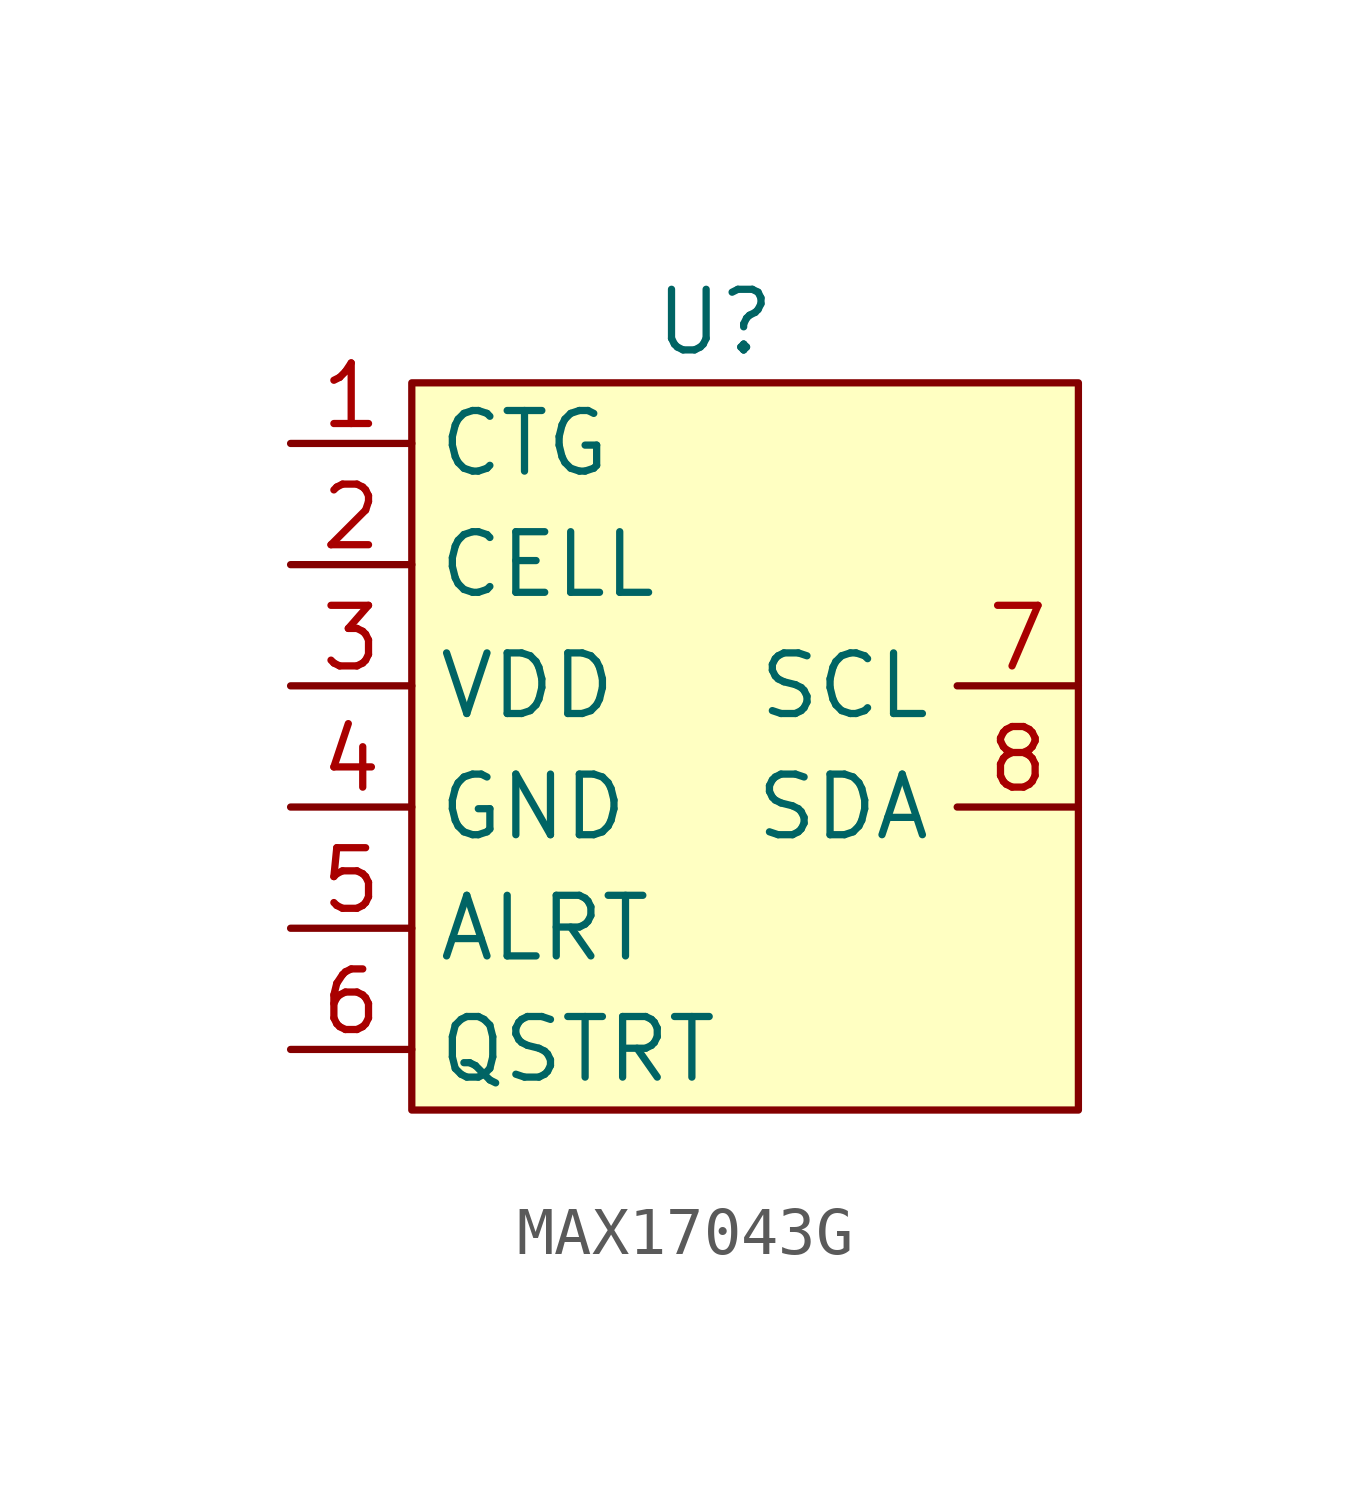
<source format=kicad_sym>
(kicad_symbol_lib
  (version 20241209)
  (generator "kicad_symbol_editor")
  (generator_version "9.0")
  (symbol "MAX17043G"
    (property "Reference" "U"
      (at 0 0 0)
      (effects (font (size 1.27 1.27))))
    (property "Value" ""
      (at 0 0 0)
      (effects (font (size 1.27 1.27))))
    (symbol "MAX17043G_1_1"
      (rectangle (start -6.35 -1.27) (end 7.62 -16.51) (stroke (width 0) (type solid)) (fill (type background)))
      (pin input line (at -8.89 -2.54 0) (length 2.54) (name "CTG" (effects (font (size 1.27 1.27)))) (number "1" (effects (font (size 1.27 1.27)))))
      (pin input line (at -8.89 -5.08 0) (length 2.54) (name "CELL" (effects (font (size 1.27 1.27)))) (number "2" (effects (font (size 1.27 1.27)))))
      (pin input line (at -8.89 -7.62 0) (length 2.54) (name "VDD" (effects (font (size 1.27 1.27)))) (number "3" (effects (font (size 1.27 1.27)))))
      (pin input line (at -8.89 -10.16 0) (length 2.54) (name "GND" (effects (font (size 1.27 1.27)))) (number "4" (effects (font (size 1.27 1.27)))))
      (pin output line (at -8.89 -12.7 0) (length 2.54) (name "ALRT" (effects (font (size 1.27 1.27)))) (number "5" (effects (font (size 1.27 1.27)))))
      (pin input line (at -8.89 -15.24 0) (length 2.54) (name "QSTRT" (effects (font (size 1.27 1.27)))) (number "6" (effects (font (size 1.27 1.27)))))
      (pin bidirectional line (at 7.62 -7.62 180) (length 2.54) (name "SCL" (effects (font (size 1.27 1.27)))) (number "7" (effects (font (size 1.27 1.27)))))
      (pin bidirectional line (at 7.62 -10.16 180) (length 2.54) (name "SDA" (effects (font (size 1.27 1.27)))) (number "8" (effects (font (size 1.27 1.27))))))))
</source>
